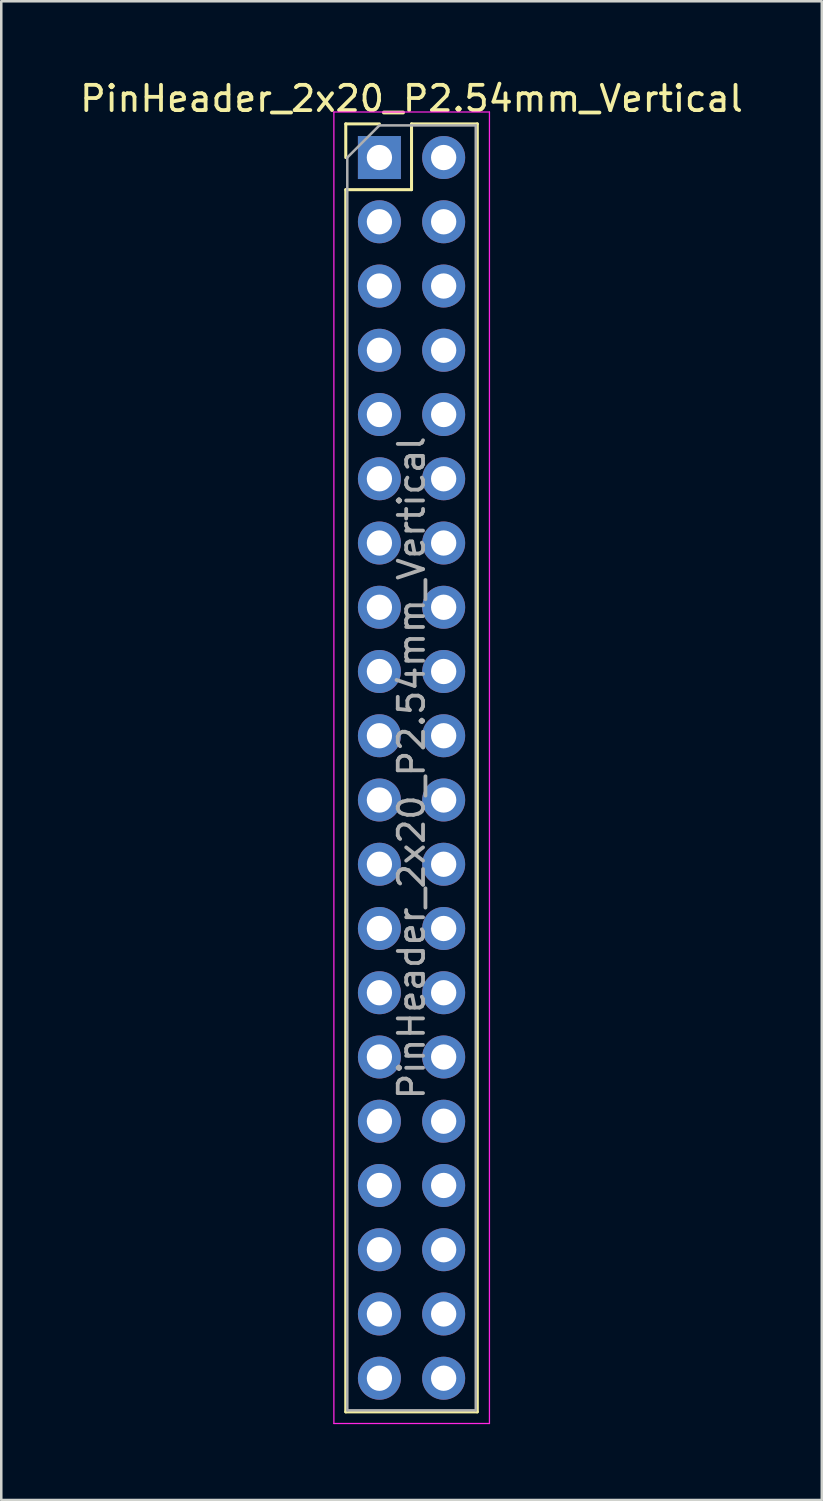
<source format=kicad_pcb>
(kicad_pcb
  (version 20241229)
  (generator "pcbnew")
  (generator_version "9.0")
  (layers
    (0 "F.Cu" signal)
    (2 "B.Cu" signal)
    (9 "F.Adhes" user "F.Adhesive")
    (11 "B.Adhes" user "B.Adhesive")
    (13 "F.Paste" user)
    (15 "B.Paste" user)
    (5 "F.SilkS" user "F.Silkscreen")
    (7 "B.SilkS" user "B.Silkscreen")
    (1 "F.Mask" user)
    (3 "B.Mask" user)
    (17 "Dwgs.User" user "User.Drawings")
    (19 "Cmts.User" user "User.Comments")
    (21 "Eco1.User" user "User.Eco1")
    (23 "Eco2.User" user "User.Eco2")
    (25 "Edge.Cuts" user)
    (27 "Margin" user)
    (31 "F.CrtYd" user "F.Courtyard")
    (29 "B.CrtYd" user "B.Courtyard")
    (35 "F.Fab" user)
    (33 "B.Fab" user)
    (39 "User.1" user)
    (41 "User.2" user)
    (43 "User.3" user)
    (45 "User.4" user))
  (footprint "PinHeader_2x20_P2.54mm_Vertical"
    (layer "F.Cu")
    (at 11.95 3.178)
    (property "Reference" "PinHeader_2x20_P2.54mm_Vertical" (at 1.27 -2.33 0) (layer "F.SilkS") (effects (font (size 1 1) (thickness 0.15))))
    (attr through_hole)
    (fp_line (start -1.33 -1.33) (end 0 -1.33) (stroke (width 0.12) (type solid)) (layer "F.SilkS"))
    (fp_line (start -1.33 0) (end -1.33 -1.33) (stroke (width 0.12) (type solid)) (layer "F.SilkS"))
    (fp_line (start -1.33 1.27) (end -1.33 49.59) (stroke (width 0.12) (type solid)) (layer "F.SilkS"))
    (fp_line (start -1.33 1.27) (end 1.27 1.27) (stroke (width 0.12) (type solid)) (layer "F.SilkS"))
    (fp_line (start -1.33 49.59) (end 3.87 49.59) (stroke (width 0.12) (type solid)) (layer "F.SilkS"))
    (fp_line (start 1.27 -1.33) (end 3.87 -1.33) (stroke (width 0.12) (type solid)) (layer "F.SilkS"))
    (fp_line (start 1.27 1.27) (end 1.27 -1.33) (stroke (width 0.12) (type solid)) (layer "F.SilkS"))
    (fp_line (start 3.87 -1.33) (end 3.87 49.59) (stroke (width 0.12) (type solid)) (layer "F.SilkS"))
    (fp_line (start -1.8 -1.8) (end -1.8 50.05) (stroke (width 0.05) (type solid)) (layer "F.CrtYd"))
    (fp_line (start -1.8 50.05) (end 4.35 50.05) (stroke (width 0.05) (type solid)) (layer "F.CrtYd"))
    (fp_line (start 4.35 -1.8) (end -1.8 -1.8) (stroke (width 0.05) (type solid)) (layer "F.CrtYd"))
    (fp_line (start 4.35 50.05) (end 4.35 -1.8) (stroke (width 0.05) (type solid)) (layer "F.CrtYd"))
    (fp_line (start -1.27 0) (end 0 -1.27) (stroke (width 0.1) (type solid)) (layer "F.Fab"))
    (fp_line (start -1.27 49.53) (end -1.27 0) (stroke (width 0.1) (type solid)) (layer "F.Fab"))
    (fp_line (start 0 -1.27) (end 3.81 -1.27) (stroke (width 0.1) (type solid)) (layer "F.Fab"))
    (fp_line (start 3.81 -1.27) (end 3.81 49.53) (stroke (width 0.1) (type solid)) (layer "F.Fab"))
    (fp_line (start 3.81 49.53) (end -1.27 49.53) (stroke (width 0.1) (type solid)) (layer "F.Fab"))
    (fp_text user "${REFERENCE}" (at 1.27 24.13 90) (layer "F.Fab") (effects (font (size 1 1) (thickness 0.15))))
    (pad "1" thru_hole rect (at 0 0) (size 1.7 1.7) (drill 1) (layers "*.Cu" "*.Mask"))
    (pad "2" thru_hole oval (at 2.54 0) (size 1.7 1.7) (drill 1) (layers "*.Cu" "*.Mask"))
    (pad "3" thru_hole oval (at 0 2.54) (size 1.7 1.7) (drill 1) (layers "*.Cu" "*.Mask"))
    (pad "4" thru_hole oval (at 2.54 2.54) (size 1.7 1.7) (drill 1) (layers "*.Cu" "*.Mask"))
    (pad "5" thru_hole oval (at 0 5.08) (size 1.7 1.7) (drill 1) (layers "*.Cu" "*.Mask"))
    (pad "6" thru_hole oval (at 2.54 5.08) (size 1.7 1.7) (drill 1) (layers "*.Cu" "*.Mask"))
    (pad "7" thru_hole oval (at 0 7.62) (size 1.7 1.7) (drill 1) (layers "*.Cu" "*.Mask"))
    (pad "8" thru_hole oval (at 2.54 7.62) (size 1.7 1.7) (drill 1) (layers "*.Cu" "*.Mask"))
    (pad "9" thru_hole oval (at 0 10.16) (size 1.7 1.7) (drill 1) (layers "*.Cu" "*.Mask"))
    (pad "10" thru_hole oval (at 2.54 10.16) (size 1.7 1.7) (drill 1) (layers "*.Cu" "*.Mask"))
    (pad "11" thru_hole oval (at 0 12.7) (size 1.7 1.7) (drill 1) (layers "*.Cu" "*.Mask"))
    (pad "12" thru_hole oval (at 2.54 12.7) (size 1.7 1.7) (drill 1) (layers "*.Cu" "*.Mask"))
    (pad "13" thru_hole oval (at 0 15.24) (size 1.7 1.7) (drill 1) (layers "*.Cu" "*.Mask"))
    (pad "14" thru_hole oval (at 2.54 15.24) (size 1.7 1.7) (drill 1) (layers "*.Cu" "*.Mask"))
    (pad "15" thru_hole oval (at 0 17.78) (size 1.7 1.7) (drill 1) (layers "*.Cu" "*.Mask"))
    (pad "16" thru_hole oval (at 2.54 17.78) (size 1.7 1.7) (drill 1) (layers "*.Cu" "*.Mask"))
    (pad "17" thru_hole oval (at 0 20.32) (size 1.7 1.7) (drill 1) (layers "*.Cu" "*.Mask"))
    (pad "18" thru_hole oval (at 2.54 20.32) (size 1.7 1.7) (drill 1) (layers "*.Cu" "*.Mask"))
    (pad "19" thru_hole oval (at 0 22.86) (size 1.7 1.7) (drill 1) (layers "*.Cu" "*.Mask"))
    (pad "20" thru_hole oval (at 2.54 22.86) (size 1.7 1.7) (drill 1) (layers "*.Cu" "*.Mask"))
    (pad "21" thru_hole oval (at 0 25.4) (size 1.7 1.7) (drill 1) (layers "*.Cu" "*.Mask"))
    (pad "22" thru_hole oval (at 2.54 25.4) (size 1.7 1.7) (drill 1) (layers "*.Cu" "*.Mask"))
    (pad "23" thru_hole oval (at 0 27.94) (size 1.7 1.7) (drill 1) (layers "*.Cu" "*.Mask"))
    (pad "24" thru_hole oval (at 2.54 27.94) (size 1.7 1.7) (drill 1) (layers "*.Cu" "*.Mask"))
    (pad "25" thru_hole oval (at 0 30.48) (size 1.7 1.7) (drill 1) (layers "*.Cu" "*.Mask"))
    (pad "26" thru_hole oval (at 2.54 30.48) (size 1.7 1.7) (drill 1) (layers "*.Cu" "*.Mask"))
    (pad "27" thru_hole oval (at 0 33.02) (size 1.7 1.7) (drill 1) (layers "*.Cu" "*.Mask"))
    (pad "28" thru_hole oval (at 2.54 33.02) (size 1.7 1.7) (drill 1) (layers "*.Cu" "*.Mask"))
    (pad "29" thru_hole oval (at 0 35.56) (size 1.7 1.7) (drill 1) (layers "*.Cu" "*.Mask"))
    (pad "30" thru_hole oval (at 2.54 35.56) (size 1.7 1.7) (drill 1) (layers "*.Cu" "*.Mask"))
    (pad "31" thru_hole oval (at 0 38.1) (size 1.7 1.7) (drill 1) (layers "*.Cu" "*.Mask"))
    (pad "32" thru_hole oval (at 2.54 38.1) (size 1.7 1.7) (drill 1) (layers "*.Cu" "*.Mask"))
    (pad "33" thru_hole oval (at 0 40.64) (size 1.7 1.7) (drill 1) (layers "*.Cu" "*.Mask"))
    (pad "34" thru_hole oval (at 2.54 40.64) (size 1.7 1.7) (drill 1) (layers "*.Cu" "*.Mask"))
    (pad "35" thru_hole oval (at 0 43.18) (size 1.7 1.7) (drill 1) (layers "*.Cu" "*.Mask"))
    (pad "36" thru_hole oval (at 2.54 43.18) (size 1.7 1.7) (drill 1) (layers "*.Cu" "*.Mask"))
    (pad "37" thru_hole oval (at 0 45.72) (size 1.7 1.7) (drill 1) (layers "*.Cu" "*.Mask"))
    (pad "38" thru_hole oval (at 2.54 45.72) (size 1.7 1.7) (drill 1) (layers "*.Cu" "*.Mask"))
    (pad "39" thru_hole oval (at 0 48.26) (size 1.7 1.7) (drill 1) (layers "*.Cu" "*.Mask"))
    (pad "40" thru_hole oval (at 2.54 48.26) (size 1.7 1.7) (drill 1) (layers "*.Cu" "*.Mask")))
  (gr_rect
    (start -3 -3)
    (end 29.44 56.253)
    (stroke (width 0.1) (type default))
    (fill no)
    (layer "Edge.Cuts")))
</source>
